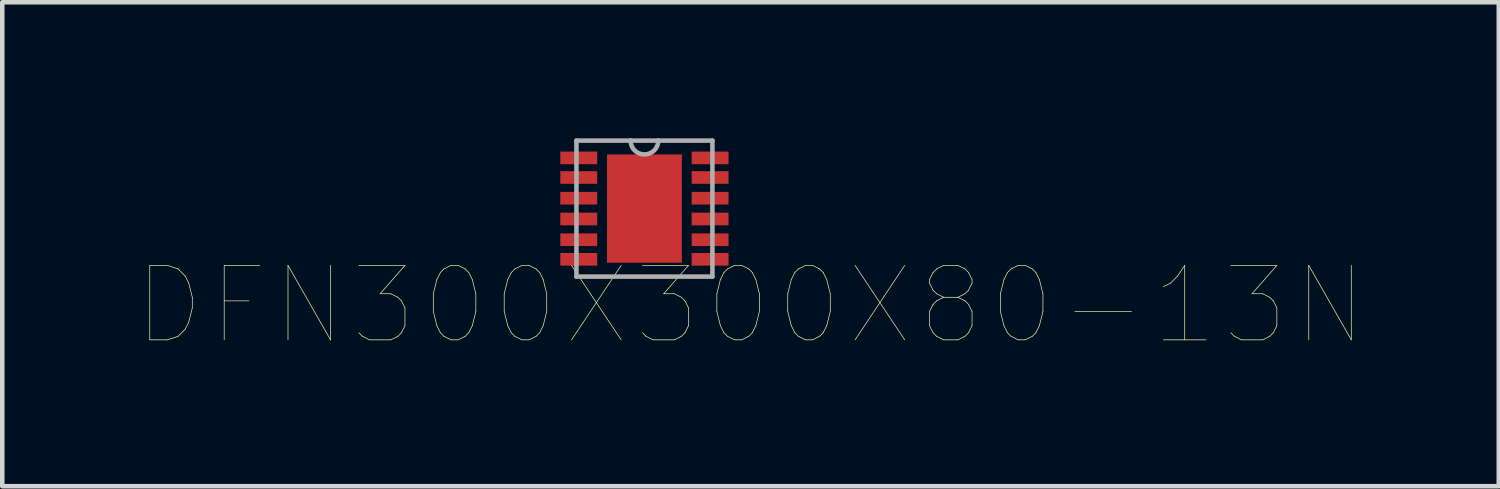
<source format=kicad_pcb>
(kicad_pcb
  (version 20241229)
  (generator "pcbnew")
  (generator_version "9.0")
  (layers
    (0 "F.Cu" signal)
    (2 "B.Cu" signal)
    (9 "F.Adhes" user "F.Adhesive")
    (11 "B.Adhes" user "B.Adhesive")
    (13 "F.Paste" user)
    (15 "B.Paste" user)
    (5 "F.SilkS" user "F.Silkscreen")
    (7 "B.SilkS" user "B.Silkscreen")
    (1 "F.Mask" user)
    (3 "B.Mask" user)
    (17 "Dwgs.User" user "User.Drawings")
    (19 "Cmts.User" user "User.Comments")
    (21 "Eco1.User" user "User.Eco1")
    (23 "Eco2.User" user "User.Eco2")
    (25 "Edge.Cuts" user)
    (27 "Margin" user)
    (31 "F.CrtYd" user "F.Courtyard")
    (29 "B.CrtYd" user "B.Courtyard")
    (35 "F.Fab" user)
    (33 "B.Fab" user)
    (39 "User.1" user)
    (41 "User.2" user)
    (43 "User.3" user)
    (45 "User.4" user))
  (footprint "DFN300X300X80-13N"
    (layer "F.Cu")
    (at 11.158 1.549)
    (property "Reference" "DFN300X300X80-13N" (at 2.339 2.135 0) (layer "F.SilkS") (effects (font (size 1.641 1.641) (thickness 0.015))))
    (attr through_hole)
    (fp_line (start -1.499 -1.499) (end -1.499 1.499) (stroke (width 0.1) (type solid)) (layer "F.Fab"))
    (fp_line (start -1.499 1.499) (end 1.499 1.499) (stroke (width 0.1) (type solid)) (layer "F.Fab"))
    (fp_line (start -0.305 -1.499) (end -1.499 -1.499) (stroke (width 0.1) (type solid)) (layer "F.Fab"))
    (fp_line (start 0.305 -1.499) (end -0.305 -1.499) (stroke (width 0.1) (type solid)) (layer "F.Fab"))
    (fp_line (start 1.499 -1.499) (end 0.305 -1.499) (stroke (width 0.1) (type solid)) (layer "F.Fab"))
    (fp_line (start 1.499 1.499) (end 1.499 -1.499) (stroke (width 0.1) (type solid)) (layer "F.Fab"))
    (fp_arc (start 0.3048 -1.4986) (mid 0 -1.1938) (end -0.3048 -1.4986) (stroke (width 0.1) (type solid)) (layer "F.Fab"))
    (pad "1" smd rect (at -1.448 -1.118) (size 0.813 0.279) (layers "F.Cu" "F.Mask" "F.Paste"))
    (pad "2" smd rect (at -1.448 -0.686) (size 0.813 0.279) (layers "F.Cu" "F.Mask" "F.Paste"))
    (pad "3" smd rect (at -1.448 -0.229) (size 0.813 0.279) (layers "F.Cu" "F.Mask" "F.Paste"))
    (pad "4" smd rect (at -1.448 0.229) (size 0.813 0.279) (layers "F.Cu" "F.Mask" "F.Paste"))
    (pad "5" smd rect (at -1.448 0.686) (size 0.813 0.279) (layers "F.Cu" "F.Mask" "F.Paste"))
    (pad "6" smd rect (at -1.448 1.118) (size 0.813 0.279) (layers "F.Cu" "F.Mask" "F.Paste"))
    (pad "7" smd rect (at 1.448 1.118) (size 0.813 0.279) (layers "F.Cu" "F.Mask" "F.Paste"))
    (pad "8" smd rect (at 1.448 0.686) (size 0.813 0.279) (layers "F.Cu" "F.Mask" "F.Paste"))
    (pad "9" smd rect (at 1.448 0.229) (size 0.813 0.279) (layers "F.Cu" "F.Mask" "F.Paste"))
    (pad "10" smd rect (at 1.448 -0.229) (size 0.813 0.279) (layers "F.Cu" "F.Mask" "F.Paste"))
    (pad "11" smd rect (at 1.448 -0.686) (size 0.813 0.279) (layers "F.Cu" "F.Mask" "F.Paste"))
    (pad "12" smd rect (at 1.448 -1.118) (size 0.813 0.279) (layers "F.Cu" "F.Mask" "F.Paste"))
    (pad "13" smd rect (at 0 0) (size 1.651 2.388) (layers "F.Cu" "F.Mask" "F.Paste")))
  (gr_rect
    (start -3 -3)
    (end 29.994 7.67)
    (stroke (width 0.1) (type default))
    (fill no)
    (layer "Edge.Cuts")))
</source>
